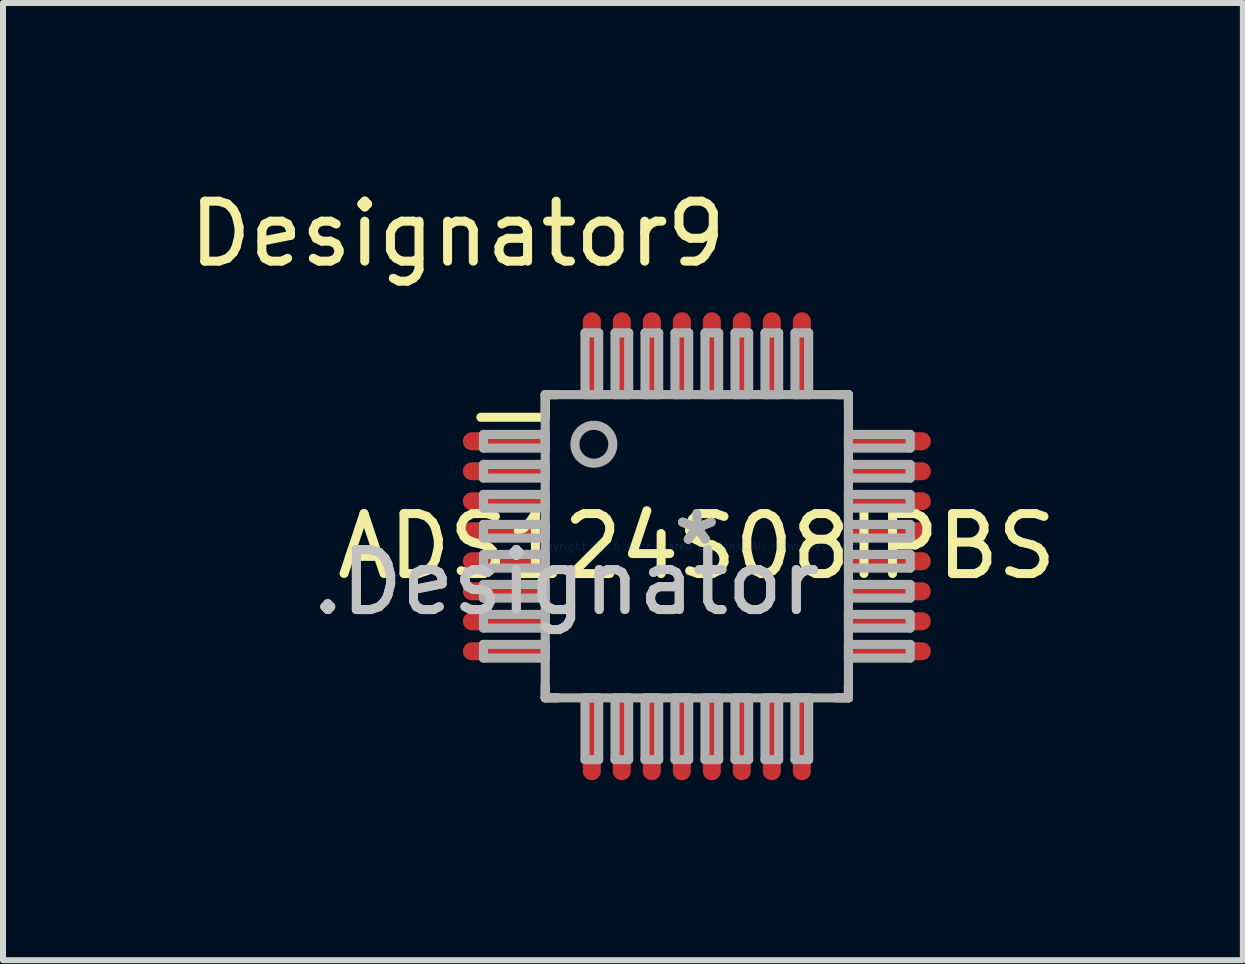
<source format=kicad_pcb>
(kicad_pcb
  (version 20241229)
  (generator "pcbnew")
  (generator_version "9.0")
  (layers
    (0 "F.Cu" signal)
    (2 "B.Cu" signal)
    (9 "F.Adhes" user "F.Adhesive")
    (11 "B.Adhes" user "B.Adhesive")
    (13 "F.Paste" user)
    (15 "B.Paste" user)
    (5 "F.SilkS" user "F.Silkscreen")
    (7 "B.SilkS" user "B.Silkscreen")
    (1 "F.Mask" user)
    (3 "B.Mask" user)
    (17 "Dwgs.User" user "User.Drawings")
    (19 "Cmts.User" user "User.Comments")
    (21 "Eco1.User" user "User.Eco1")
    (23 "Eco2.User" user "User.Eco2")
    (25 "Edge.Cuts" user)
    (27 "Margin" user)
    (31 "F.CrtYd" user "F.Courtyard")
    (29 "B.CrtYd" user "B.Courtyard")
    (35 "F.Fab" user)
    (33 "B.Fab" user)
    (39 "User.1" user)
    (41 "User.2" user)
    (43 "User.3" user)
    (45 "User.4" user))
  (footprint "ADS124S08IPBS"
    (layer "F.Cu")
    (at 8.565 6.055)
    (property "Reference" "ADS124S08IPBS" (at 0 0 0) (layer "F.SilkS") (effects (font (size 1 1) (thickness 0.15))))
    (attr through_hole)
    (fp_line (start -3.6 -2.15) (end -2.527 -2.15) (stroke (width 0.152) (type solid)) (layer "F.SilkS"))
    (fp_line (start -2.527 -2.527) (end -2.327 -2.527) (stroke (width 0.152) (type solid)) (layer "F.SilkS"))
    (fp_line (start -2.527 -2.15) (end -2.527 -2.527) (stroke (width 0.152) (type solid)) (layer "F.SilkS"))
    (fp_line (start -2.527 2.527) (end -2.527 2.327) (stroke (width 0.152) (type solid)) (layer "F.SilkS"))
    (fp_line (start -2.527 2.527) (end -2.327 2.527) (stroke (width 0.152) (type solid)) (layer "F.SilkS"))
    (fp_line (start 2.327 -2.527) (end 2.527 -2.527) (stroke (width 0.152) (type solid)) (layer "F.SilkS"))
    (fp_line (start 2.327 2.527) (end 2.527 2.527) (stroke (width 0.152) (type solid)) (layer "F.SilkS"))
    (fp_line (start 2.527 -2.327) (end 2.527 -2.527) (stroke (width 0.152) (type solid)) (layer "F.SilkS"))
    (fp_line (start 2.527 2.527) (end 2.527 2.327) (stroke (width 0.152) (type solid)) (layer "F.SilkS"))
    (fp_line (start -3.556 -1.864) (end -2.527 -1.864) (stroke (width 0.152) (type solid)) (layer "F.Fab"))
    (fp_line (start -3.556 -1.636) (end -3.556 -1.864) (stroke (width 0.152) (type solid)) (layer "F.Fab"))
    (fp_line (start -3.556 -1.636) (end -2.527 -1.636) (stroke (width 0.152) (type solid)) (layer "F.Fab"))
    (fp_line (start -3.556 -1.364) (end -2.527 -1.364) (stroke (width 0.152) (type solid)) (layer "F.Fab"))
    (fp_line (start -3.556 -1.136) (end -3.556 -1.364) (stroke (width 0.152) (type solid)) (layer "F.Fab"))
    (fp_line (start -3.556 -1.136) (end -2.527 -1.136) (stroke (width 0.152) (type solid)) (layer "F.Fab"))
    (fp_line (start -3.556 -0.864) (end -2.527 -0.864) (stroke (width 0.152) (type solid)) (layer "F.Fab"))
    (fp_line (start -3.556 -0.636) (end -3.556 -0.864) (stroke (width 0.152) (type solid)) (layer "F.Fab"))
    (fp_line (start -3.556 -0.636) (end -2.527 -0.636) (stroke (width 0.152) (type solid)) (layer "F.Fab"))
    (fp_line (start -3.556 -0.364) (end -2.527 -0.364) (stroke (width 0.152) (type solid)) (layer "F.Fab"))
    (fp_line (start -3.556 -0.136) (end -3.556 -0.364) (stroke (width 0.152) (type solid)) (layer "F.Fab"))
    (fp_line (start -3.556 -0.136) (end -2.527 -0.136) (stroke (width 0.152) (type solid)) (layer "F.Fab"))
    (fp_line (start -3.556 0.136) (end -2.527 0.136) (stroke (width 0.152) (type solid)) (layer "F.Fab"))
    (fp_line (start -3.556 0.364) (end -3.556 0.136) (stroke (width 0.152) (type solid)) (layer "F.Fab"))
    (fp_line (start -3.556 0.364) (end -2.527 0.364) (stroke (width 0.152) (type solid)) (layer "F.Fab"))
    (fp_line (start -3.556 0.636) (end -2.527 0.636) (stroke (width 0.152) (type solid)) (layer "F.Fab"))
    (fp_line (start -3.556 0.864) (end -3.556 0.636) (stroke (width 0.152) (type solid)) (layer "F.Fab"))
    (fp_line (start -3.556 0.864) (end -2.527 0.864) (stroke (width 0.152) (type solid)) (layer "F.Fab"))
    (fp_line (start -3.556 1.136) (end -2.527 1.136) (stroke (width 0.152) (type solid)) (layer "F.Fab"))
    (fp_line (start -3.556 1.364) (end -3.556 1.136) (stroke (width 0.152) (type solid)) (layer "F.Fab"))
    (fp_line (start -3.556 1.364) (end -2.527 1.364) (stroke (width 0.152) (type solid)) (layer "F.Fab"))
    (fp_line (start -3.556 1.636) (end -2.527 1.636) (stroke (width 0.152) (type solid)) (layer "F.Fab"))
    (fp_line (start -3.556 1.864) (end -3.556 1.636) (stroke (width 0.152) (type solid)) (layer "F.Fab"))
    (fp_line (start -3.556 1.864) (end -2.527 1.864) (stroke (width 0.152) (type solid)) (layer "F.Fab"))
    (fp_line (start -2.527 -2.527) (end 2.527 -2.527) (stroke (width 0.152) (type solid)) (layer "F.Fab"))
    (fp_line (start -2.527 -1.636) (end -2.527 -1.864) (stroke (width 0.152) (type solid)) (layer "F.Fab"))
    (fp_line (start -2.527 -1.136) (end -2.527 -1.364) (stroke (width 0.152) (type solid)) (layer "F.Fab"))
    (fp_line (start -2.527 -0.636) (end -2.527 -0.864) (stroke (width 0.152) (type solid)) (layer "F.Fab"))
    (fp_line (start -2.527 -0.136) (end -2.527 -0.364) (stroke (width 0.152) (type solid)) (layer "F.Fab"))
    (fp_line (start -2.527 0.364) (end -2.527 0.136) (stroke (width 0.152) (type solid)) (layer "F.Fab"))
    (fp_line (start -2.527 0.864) (end -2.527 0.636) (stroke (width 0.152) (type solid)) (layer "F.Fab"))
    (fp_line (start -2.527 1.364) (end -2.527 1.136) (stroke (width 0.152) (type solid)) (layer "F.Fab"))
    (fp_line (start -2.527 1.864) (end -2.527 1.636) (stroke (width 0.152) (type solid)) (layer "F.Fab"))
    (fp_line (start -2.527 2.527) (end -2.527 -2.527) (stroke (width 0.152) (type solid)) (layer "F.Fab"))
    (fp_line (start -2.527 2.527) (end 2.527 2.527) (stroke (width 0.152) (type solid)) (layer "F.Fab"))
    (fp_line (start -1.864 -3.556) (end -1.636 -3.556) (stroke (width 0.152) (type solid)) (layer "F.Fab"))
    (fp_line (start -1.864 -2.527) (end -1.864 -3.556) (stroke (width 0.152) (type solid)) (layer "F.Fab"))
    (fp_line (start -1.864 -2.527) (end -1.636 -2.527) (stroke (width 0.152) (type solid)) (layer "F.Fab"))
    (fp_line (start -1.864 2.527) (end -1.636 2.527) (stroke (width 0.152) (type solid)) (layer "F.Fab"))
    (fp_line (start -1.864 3.556) (end -1.864 2.527) (stroke (width 0.152) (type solid)) (layer "F.Fab"))
    (fp_line (start -1.864 3.556) (end -1.636 3.556) (stroke (width 0.152) (type solid)) (layer "F.Fab"))
    (fp_line (start -1.636 -2.527) (end -1.636 -3.556) (stroke (width 0.152) (type solid)) (layer "F.Fab"))
    (fp_line (start -1.636 3.556) (end -1.636 2.527) (stroke (width 0.152) (type solid)) (layer "F.Fab"))
    (fp_line (start -1.364 -3.556) (end -1.136 -3.556) (stroke (width 0.152) (type solid)) (layer "F.Fab"))
    (fp_line (start -1.364 -2.527) (end -1.364 -3.556) (stroke (width 0.152) (type solid)) (layer "F.Fab"))
    (fp_line (start -1.364 -2.527) (end -1.136 -2.527) (stroke (width 0.152) (type solid)) (layer "F.Fab"))
    (fp_line (start -1.364 2.527) (end -1.136 2.527) (stroke (width 0.152) (type solid)) (layer "F.Fab"))
    (fp_line (start -1.364 3.556) (end -1.364 2.527) (stroke (width 0.152) (type solid)) (layer "F.Fab"))
    (fp_line (start -1.364 3.556) (end -1.136 3.556) (stroke (width 0.152) (type solid)) (layer "F.Fab"))
    (fp_line (start -1.136 -2.527) (end -1.136 -3.556) (stroke (width 0.152) (type solid)) (layer "F.Fab"))
    (fp_line (start -1.136 3.556) (end -1.136 2.527) (stroke (width 0.152) (type solid)) (layer "F.Fab"))
    (fp_line (start -0.864 -3.556) (end -0.636 -3.556) (stroke (width 0.152) (type solid)) (layer "F.Fab"))
    (fp_line (start -0.864 -2.527) (end -0.864 -3.556) (stroke (width 0.152) (type solid)) (layer "F.Fab"))
    (fp_line (start -0.864 -2.527) (end -0.636 -2.527) (stroke (width 0.152) (type solid)) (layer "F.Fab"))
    (fp_line (start -0.864 2.527) (end -0.636 2.527) (stroke (width 0.152) (type solid)) (layer "F.Fab"))
    (fp_line (start -0.864 3.556) (end -0.864 2.527) (stroke (width 0.152) (type solid)) (layer "F.Fab"))
    (fp_line (start -0.864 3.556) (end -0.636 3.556) (stroke (width 0.152) (type solid)) (layer "F.Fab"))
    (fp_line (start -0.636 -2.527) (end -0.636 -3.556) (stroke (width 0.152) (type solid)) (layer "F.Fab"))
    (fp_line (start -0.636 3.556) (end -0.636 2.527) (stroke (width 0.152) (type solid)) (layer "F.Fab"))
    (fp_line (start -0.364 -3.556) (end -0.136 -3.556) (stroke (width 0.152) (type solid)) (layer "F.Fab"))
    (fp_line (start -0.364 -2.527) (end -0.364 -3.556) (stroke (width 0.152) (type solid)) (layer "F.Fab"))
    (fp_line (start -0.364 -2.527) (end -0.136 -2.527) (stroke (width 0.152) (type solid)) (layer "F.Fab"))
    (fp_line (start -0.364 2.527) (end -0.136 2.527) (stroke (width 0.152) (type solid)) (layer "F.Fab"))
    (fp_line (start -0.364 3.556) (end -0.364 2.527) (stroke (width 0.152) (type solid)) (layer "F.Fab"))
    (fp_line (start -0.364 3.556) (end -0.136 3.556) (stroke (width 0.152) (type solid)) (layer "F.Fab"))
    (fp_line (start -0.136 -2.527) (end -0.136 -3.556) (stroke (width 0.152) (type solid)) (layer "F.Fab"))
    (fp_line (start -0.136 3.556) (end -0.136 2.527) (stroke (width 0.152) (type solid)) (layer "F.Fab"))
    (fp_line (start 0.136 -3.556) (end 0.364 -3.556) (stroke (width 0.152) (type solid)) (layer "F.Fab"))
    (fp_line (start 0.136 -2.527) (end 0.136 -3.556) (stroke (width 0.152) (type solid)) (layer "F.Fab"))
    (fp_line (start 0.136 -2.527) (end 0.364 -2.527) (stroke (width 0.152) (type solid)) (layer "F.Fab"))
    (fp_line (start 0.136 2.527) (end 0.364 2.527) (stroke (width 0.152) (type solid)) (layer "F.Fab"))
    (fp_line (start 0.136 3.556) (end 0.136 2.527) (stroke (width 0.152) (type solid)) (layer "F.Fab"))
    (fp_line (start 0.136 3.556) (end 0.364 3.556) (stroke (width 0.152) (type solid)) (layer "F.Fab"))
    (fp_line (start 0.364 -2.527) (end 0.364 -3.556) (stroke (width 0.152) (type solid)) (layer "F.Fab"))
    (fp_line (start 0.364 3.556) (end 0.364 2.527) (stroke (width 0.152) (type solid)) (layer "F.Fab"))
    (fp_line (start 0.636 -3.556) (end 0.864 -3.556) (stroke (width 0.152) (type solid)) (layer "F.Fab"))
    (fp_line (start 0.636 -2.527) (end 0.636 -3.556) (stroke (width 0.152) (type solid)) (layer "F.Fab"))
    (fp_line (start 0.636 -2.527) (end 0.864 -2.527) (stroke (width 0.152) (type solid)) (layer "F.Fab"))
    (fp_line (start 0.636 2.527) (end 0.864 2.527) (stroke (width 0.152) (type solid)) (layer "F.Fab"))
    (fp_line (start 0.636 3.556) (end 0.636 2.527) (stroke (width 0.152) (type solid)) (layer "F.Fab"))
    (fp_line (start 0.636 3.556) (end 0.864 3.556) (stroke (width 0.152) (type solid)) (layer "F.Fab"))
    (fp_line (start 0.864 -2.527) (end 0.864 -3.556) (stroke (width 0.152) (type solid)) (layer "F.Fab"))
    (fp_line (start 0.864 3.556) (end 0.864 2.527) (stroke (width 0.152) (type solid)) (layer "F.Fab"))
    (fp_line (start 1.136 -3.556) (end 1.364 -3.556) (stroke (width 0.152) (type solid)) (layer "F.Fab"))
    (fp_line (start 1.136 -2.527) (end 1.136 -3.556) (stroke (width 0.152) (type solid)) (layer "F.Fab"))
    (fp_line (start 1.136 -2.527) (end 1.364 -2.527) (stroke (width 0.152) (type solid)) (layer "F.Fab"))
    (fp_line (start 1.136 2.527) (end 1.364 2.527) (stroke (width 0.152) (type solid)) (layer "F.Fab"))
    (fp_line (start 1.136 3.556) (end 1.136 2.527) (stroke (width 0.152) (type solid)) (layer "F.Fab"))
    (fp_line (start 1.136 3.556) (end 1.364 3.556) (stroke (width 0.152) (type solid)) (layer "F.Fab"))
    (fp_line (start 1.364 -2.527) (end 1.364 -3.556) (stroke (width 0.152) (type solid)) (layer "F.Fab"))
    (fp_line (start 1.364 3.556) (end 1.364 2.527) (stroke (width 0.152) (type solid)) (layer "F.Fab"))
    (fp_line (start 1.636 -3.556) (end 1.864 -3.556) (stroke (width 0.152) (type solid)) (layer "F.Fab"))
    (fp_line (start 1.636 -2.527) (end 1.636 -3.556) (stroke (width 0.152) (type solid)) (layer "F.Fab"))
    (fp_line (start 1.636 -2.527) (end 1.864 -2.527) (stroke (width 0.152) (type solid)) (layer "F.Fab"))
    (fp_line (start 1.636 2.527) (end 1.864 2.527) (stroke (width 0.152) (type solid)) (layer "F.Fab"))
    (fp_line (start 1.636 3.556) (end 1.636 2.527) (stroke (width 0.152) (type solid)) (layer "F.Fab"))
    (fp_line (start 1.636 3.556) (end 1.864 3.556) (stroke (width 0.152) (type solid)) (layer "F.Fab"))
    (fp_line (start 1.864 -2.527) (end 1.864 -3.556) (stroke (width 0.152) (type solid)) (layer "F.Fab"))
    (fp_line (start 1.864 3.556) (end 1.864 2.527) (stroke (width 0.152) (type solid)) (layer "F.Fab"))
    (fp_line (start 2.527 -1.864) (end 3.556 -1.864) (stroke (width 0.152) (type solid)) (layer "F.Fab"))
    (fp_line (start 2.527 -1.636) (end 2.527 -1.864) (stroke (width 0.152) (type solid)) (layer "F.Fab"))
    (fp_line (start 2.527 -1.636) (end 3.556 -1.636) (stroke (width 0.152) (type solid)) (layer "F.Fab"))
    (fp_line (start 2.527 -1.364) (end 3.556 -1.364) (stroke (width 0.152) (type solid)) (layer "F.Fab"))
    (fp_line (start 2.527 -1.136) (end 2.527 -1.364) (stroke (width 0.152) (type solid)) (layer "F.Fab"))
    (fp_line (start 2.527 -1.136) (end 3.556 -1.136) (stroke (width 0.152) (type solid)) (layer "F.Fab"))
    (fp_line (start 2.527 -0.864) (end 3.556 -0.864) (stroke (width 0.152) (type solid)) (layer "F.Fab"))
    (fp_line (start 2.527 -0.636) (end 2.527 -0.864) (stroke (width 0.152) (type solid)) (layer "F.Fab"))
    (fp_line (start 2.527 -0.636) (end 3.556 -0.636) (stroke (width 0.152) (type solid)) (layer "F.Fab"))
    (fp_line (start 2.527 -0.364) (end 3.556 -0.364) (stroke (width 0.152) (type solid)) (layer "F.Fab"))
    (fp_line (start 2.527 -0.136) (end 2.527 -0.364) (stroke (width 0.152) (type solid)) (layer "F.Fab"))
    (fp_line (start 2.527 -0.136) (end 3.556 -0.136) (stroke (width 0.152) (type solid)) (layer "F.Fab"))
    (fp_line (start 2.527 0.136) (end 3.556 0.136) (stroke (width 0.152) (type solid)) (layer "F.Fab"))
    (fp_line (start 2.527 0.364) (end 2.527 0.136) (stroke (width 0.152) (type solid)) (layer "F.Fab"))
    (fp_line (start 2.527 0.364) (end 3.556 0.364) (stroke (width 0.152) (type solid)) (layer "F.Fab"))
    (fp_line (start 2.527 0.636) (end 3.556 0.636) (stroke (width 0.152) (type solid)) (layer "F.Fab"))
    (fp_line (start 2.527 0.864) (end 2.527 0.636) (stroke (width 0.152) (type solid)) (layer "F.Fab"))
    (fp_line (start 2.527 0.864) (end 3.556 0.864) (stroke (width 0.152) (type solid)) (layer "F.Fab"))
    (fp_line (start 2.527 1.136) (end 3.556 1.136) (stroke (width 0.152) (type solid)) (layer "F.Fab"))
    (fp_line (start 2.527 1.364) (end 2.527 1.136) (stroke (width 0.152) (type solid)) (layer "F.Fab"))
    (fp_line (start 2.527 1.364) (end 3.556 1.364) (stroke (width 0.152) (type solid)) (layer "F.Fab"))
    (fp_line (start 2.527 1.636) (end 3.556 1.636) (stroke (width 0.152) (type solid)) (layer "F.Fab"))
    (fp_line (start 2.527 1.864) (end 2.527 1.636) (stroke (width 0.152) (type solid)) (layer "F.Fab"))
    (fp_line (start 2.527 1.864) (end 3.556 1.864) (stroke (width 0.152) (type solid)) (layer "F.Fab"))
    (fp_line (start 2.527 2.527) (end 2.527 -2.527) (stroke (width 0.152) (type solid)) (layer "F.Fab"))
    (fp_line (start 3.556 -1.636) (end 3.556 -1.864) (stroke (width 0.152) (type solid)) (layer "F.Fab"))
    (fp_line (start 3.556 -1.136) (end 3.556 -1.364) (stroke (width 0.152) (type solid)) (layer "F.Fab"))
    (fp_line (start 3.556 -0.636) (end 3.556 -0.864) (stroke (width 0.152) (type solid)) (layer "F.Fab"))
    (fp_line (start 3.556 -0.136) (end 3.556 -0.364) (stroke (width 0.152) (type solid)) (layer "F.Fab"))
    (fp_line (start 3.556 0.364) (end 3.556 0.136) (stroke (width 0.152) (type solid)) (layer "F.Fab"))
    (fp_line (start 3.556 0.864) (end 3.556 0.636) (stroke (width 0.152) (type solid)) (layer "F.Fab"))
    (fp_line (start 3.556 1.364) (end 3.556 1.136) (stroke (width 0.152) (type solid)) (layer "F.Fab"))
    (fp_line (start 3.556 1.864) (end 3.556 1.636) (stroke (width 0.152) (type solid)) (layer "F.Fab"))
    (fp_circle (center -1.716 -1.7) (end -1.4 -1.7) (stroke (width 0.152) (type solid)) (fill no) (layer "F.Fab"))
    (fp_text user "*" (at 0 0 0) (layer "F.SilkS") (effects (font (size 1 1) (thickness 0.15))))
    (fp_text user "Designator9" (at -3.988 -5.207 0) (layer "F.SilkS") (effects (font (size 1 1) (thickness 0.15))))
    (fp_text user ".Designator" (at -2.175 0.6 0) (layer "Dwgs.User") (effects (font (size 1 1) (thickness 0.15))))
    (fp_text user "Copyright 2016 Accelerated Designs. All rights reserved." (at 0 0 0) (layer "Cmts.User") (effects (font (size 0.127 0.127) (thickness 0.002))))
    (fp_text user ".Designator" (at -2.175 0.6 0) (layer "F.Fab") (effects (font (size 1 1) (thickness 0.15))))
    (fp_text user "*" (at 0 0 0) (layer "F.Fab") (effects (font (size 1 1) (thickness 0.15))))
    (pad "1" smd oval (at -3.2 -1.75 90) (size 0.3 1.4) (layers "F.Cu" "F.Mask" "F.Paste"))
    (pad "2" smd oval (at -3.2 -1.25 90) (size 0.3 1.4) (layers "F.Cu" "F.Mask" "F.Paste"))
    (pad "3" smd oval (at -3.2 -0.75 90) (size 0.3 1.4) (layers "F.Cu" "F.Mask" "F.Paste"))
    (pad "4" smd oval (at -3.2 -0.25 90) (size 0.3 1.4) (layers "F.Cu" "F.Mask" "F.Paste"))
    (pad "5" smd oval (at -3.2 0.25 90) (size 0.3 1.4) (layers "F.Cu" "F.Mask" "F.Paste"))
    (pad "6" smd oval (at -3.2 0.75 90) (size 0.3 1.4) (layers "F.Cu" "F.Mask" "F.Paste"))
    (pad "7" smd oval (at -3.2 1.25 90) (size 0.3 1.4) (layers "F.Cu" "F.Mask" "F.Paste"))
    (pad "8" smd oval (at -3.2 1.75 90) (size 0.3 1.4) (layers "F.Cu" "F.Mask" "F.Paste"))
    (pad "9" smd oval (at -1.75 3.2) (size 0.3 1.4) (layers "F.Cu" "F.Mask" "F.Paste"))
    (pad "10" smd oval (at -1.25 3.2) (size 0.3 1.4) (layers "F.Cu" "F.Mask" "F.Paste"))
    (pad "11" smd oval (at -0.75 3.2) (size 0.3 1.4) (layers "F.Cu" "F.Mask" "F.Paste"))
    (pad "12" smd oval (at -0.25 3.2) (size 0.3 1.4) (layers "F.Cu" "F.Mask" "F.Paste"))
    (pad "13" smd oval (at 0.25 3.2) (size 0.3 1.4) (layers "F.Cu" "F.Mask" "F.Paste"))
    (pad "14" smd oval (at 0.75 3.2) (size 0.3 1.4) (layers "F.Cu" "F.Mask" "F.Paste"))
    (pad "15" smd oval (at 1.25 3.2) (size 0.3 1.4) (layers "F.Cu" "F.Mask" "F.Paste"))
    (pad "16" smd oval (at 1.75 3.2) (size 0.3 1.4) (layers "F.Cu" "F.Mask" "F.Paste"))
    (pad "17" smd oval (at 3.2 1.75 90) (size 0.3 1.4) (layers "F.Cu" "F.Mask" "F.Paste"))
    (pad "18" smd oval (at 3.2 1.25 90) (size 0.3 1.4) (layers "F.Cu" "F.Mask" "F.Paste"))
    (pad "19" smd oval (at 3.2 0.75 90) (size 0.3 1.4) (layers "F.Cu" "F.Mask" "F.Paste"))
    (pad "20" smd oval (at 3.2 0.25 90) (size 0.3 1.4) (layers "F.Cu" "F.Mask" "F.Paste"))
    (pad "21" smd oval (at 3.2 -0.25 90) (size 0.3 1.4) (layers "F.Cu" "F.Mask" "F.Paste"))
    (pad "22" smd oval (at 3.2 -0.75 90) (size 0.3 1.4) (layers "F.Cu" "F.Mask" "F.Paste"))
    (pad "23" smd oval (at 3.2 -1.25 90) (size 0.3 1.4) (layers "F.Cu" "F.Mask" "F.Paste"))
    (pad "24" smd oval (at 3.2 -1.75 90) (size 0.3 1.4) (layers "F.Cu" "F.Mask" "F.Paste"))
    (pad "25" smd oval (at 1.75 -3.2) (size 0.3 1.4) (layers "F.Cu" "F.Mask" "F.Paste"))
    (pad "26" smd oval (at 1.25 -3.2) (size 0.3 1.4) (layers "F.Cu" "F.Mask" "F.Paste"))
    (pad "27" smd oval (at 0.75 -3.2) (size 0.3 1.4) (layers "F.Cu" "F.Mask" "F.Paste"))
    (pad "28" smd oval (at 0.25 -3.2) (size 0.3 1.4) (layers "F.Cu" "F.Mask" "F.Paste"))
    (pad "29" smd oval (at -0.25 -3.2) (size 0.3 1.4) (layers "F.Cu" "F.Mask" "F.Paste"))
    (pad "30" smd oval (at -0.75 -3.2) (size 0.3 1.4) (layers "F.Cu" "F.Mask" "F.Paste"))
    (pad "31" smd oval (at -1.25 -3.2) (size 0.3 1.4) (layers "F.Cu" "F.Mask" "F.Paste"))
    (pad "32" smd oval (at -1.75 -3.2) (size 0.3 1.4) (layers "F.Cu" "F.Mask" "F.Paste")))
  (gr_rect
    (start -3 -3)
    (end 17.666 12.955)
    (stroke (width 0.1) (type default))
    (fill no)
    (layer "Edge.Cuts")))
</source>
